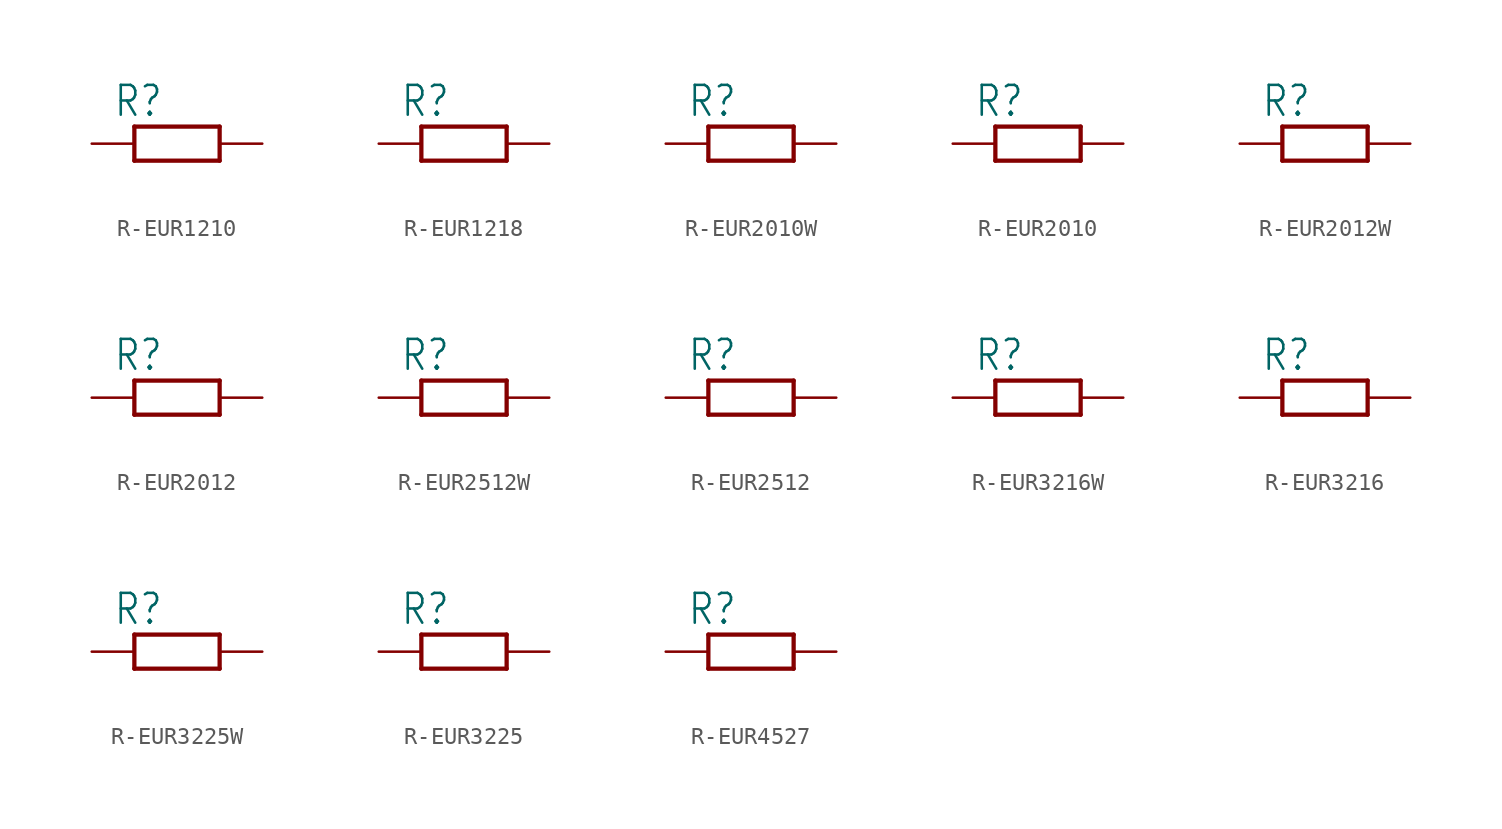
<source format=kicad_sym>
(kicad_symbol_lib
  (version 20220914)
  (generator kicad_symbol_editor)
  (symbol "R-EUR1210"
    (property "Reference" "R"
      (at -3.81 1.499 0)
      (effects (font (size 1.778 1.511)) (justify left bottom)))
    (property "Value" ""
      (at -3.81 -3.302 0)
      (effects (font (size 1.778 1.511)) (justify left bottom)))
    (property "ki_locked" ""
      (at 0 0 0)
      (effects (font (size 1.27 1.27))))
    (symbol "R-EUR1210_1_0"
      (polyline (pts (xy -2.54 -1.016) (xy -2.54 1.016)) (stroke (width 0.254) (type solid)) (fill (type none)))
      (polyline (pts (xy -2.54 1.016) (xy 2.54 1.016)) (stroke (width 0.254) (type solid)) (fill (type none)))
      (polyline (pts (xy 2.54 -1.016) (xy -2.54 -1.016)) (stroke (width 0.254) (type solid)) (fill (type none)))
      (polyline (pts (xy 2.54 1.016) (xy 2.54 -1.016)) (stroke (width 0.254) (type solid)) (fill (type none)))
      (pin passive line (at -5.08 0 0) (length 2.54) (name "1" (effects (font (size 0 0)))) (number "1" (effects (font (size 0 0)))))
      (pin passive line (at 5.08 0 180) (length 2.54) (name "2" (effects (font (size 0 0)))) (number "2" (effects (font (size 0 0)))))))
  (symbol "R-EUR1218"
    (property "Reference" "R"
      (at -3.81 1.499 0)
      (effects (font (size 1.778 1.511)) (justify left bottom)))
    (property "Value" ""
      (at -3.81 -3.302 0)
      (effects (font (size 1.778 1.511)) (justify left bottom)))
    (property "ki_locked" ""
      (at 0 0 0)
      (effects (font (size 1.27 1.27))))
    (symbol "R-EUR1218_1_0"
      (polyline (pts (xy -2.54 -1.016) (xy -2.54 1.016)) (stroke (width 0.254) (type solid)) (fill (type none)))
      (polyline (pts (xy -2.54 1.016) (xy 2.54 1.016)) (stroke (width 0.254) (type solid)) (fill (type none)))
      (polyline (pts (xy 2.54 -1.016) (xy -2.54 -1.016)) (stroke (width 0.254) (type solid)) (fill (type none)))
      (polyline (pts (xy 2.54 1.016) (xy 2.54 -1.016)) (stroke (width 0.254) (type solid)) (fill (type none)))
      (pin passive line (at -5.08 0 0) (length 2.54) (name "1" (effects (font (size 0 0)))) (number "1" (effects (font (size 0 0)))))
      (pin passive line (at 5.08 0 180) (length 2.54) (name "2" (effects (font (size 0 0)))) (number "2" (effects (font (size 0 0)))))))
  (symbol "R-EUR2010W"
    (property "Reference" "R"
      (at -3.81 1.499 0)
      (effects (font (size 1.778 1.511)) (justify left bottom)))
    (property "Value" ""
      (at -3.81 -3.302 0)
      (effects (font (size 1.778 1.511)) (justify left bottom)))
    (property "ki_locked" ""
      (at 0 0 0)
      (effects (font (size 1.27 1.27))))
    (symbol "R-EUR2010W_1_0"
      (polyline (pts (xy -2.54 -1.016) (xy -2.54 1.016)) (stroke (width 0.254) (type solid)) (fill (type none)))
      (polyline (pts (xy -2.54 1.016) (xy 2.54 1.016)) (stroke (width 0.254) (type solid)) (fill (type none)))
      (polyline (pts (xy 2.54 -1.016) (xy -2.54 -1.016)) (stroke (width 0.254) (type solid)) (fill (type none)))
      (polyline (pts (xy 2.54 1.016) (xy 2.54 -1.016)) (stroke (width 0.254) (type solid)) (fill (type none)))
      (pin passive line (at -5.08 0 0) (length 2.54) (name "1" (effects (font (size 0 0)))) (number "1" (effects (font (size 0 0)))))
      (pin passive line (at 5.08 0 180) (length 2.54) (name "2" (effects (font (size 0 0)))) (number "2" (effects (font (size 0 0)))))))
  (symbol "R-EUR2010"
    (property "Reference" "R"
      (at -3.81 1.499 0)
      (effects (font (size 1.778 1.511)) (justify left bottom)))
    (property "Value" ""
      (at -3.81 -3.302 0)
      (effects (font (size 1.778 1.511)) (justify left bottom)))
    (property "ki_locked" ""
      (at 0 0 0)
      (effects (font (size 1.27 1.27))))
    (symbol "R-EUR2010_1_0"
      (polyline (pts (xy -2.54 -1.016) (xy -2.54 1.016)) (stroke (width 0.254) (type solid)) (fill (type none)))
      (polyline (pts (xy -2.54 1.016) (xy 2.54 1.016)) (stroke (width 0.254) (type solid)) (fill (type none)))
      (polyline (pts (xy 2.54 -1.016) (xy -2.54 -1.016)) (stroke (width 0.254) (type solid)) (fill (type none)))
      (polyline (pts (xy 2.54 1.016) (xy 2.54 -1.016)) (stroke (width 0.254) (type solid)) (fill (type none)))
      (pin passive line (at -5.08 0 0) (length 2.54) (name "1" (effects (font (size 0 0)))) (number "1" (effects (font (size 0 0)))))
      (pin passive line (at 5.08 0 180) (length 2.54) (name "2" (effects (font (size 0 0)))) (number "2" (effects (font (size 0 0)))))))
  (symbol "R-EUR2012W"
    (property "Reference" "R"
      (at -3.81 1.499 0)
      (effects (font (size 1.778 1.511)) (justify left bottom)))
    (property "Value" ""
      (at -3.81 -3.302 0)
      (effects (font (size 1.778 1.511)) (justify left bottom)))
    (property "ki_locked" ""
      (at 0 0 0)
      (effects (font (size 1.27 1.27))))
    (symbol "R-EUR2012W_1_0"
      (polyline (pts (xy -2.54 -1.016) (xy -2.54 1.016)) (stroke (width 0.254) (type solid)) (fill (type none)))
      (polyline (pts (xy -2.54 1.016) (xy 2.54 1.016)) (stroke (width 0.254) (type solid)) (fill (type none)))
      (polyline (pts (xy 2.54 -1.016) (xy -2.54 -1.016)) (stroke (width 0.254) (type solid)) (fill (type none)))
      (polyline (pts (xy 2.54 1.016) (xy 2.54 -1.016)) (stroke (width 0.254) (type solid)) (fill (type none)))
      (pin passive line (at -5.08 0 0) (length 2.54) (name "1" (effects (font (size 0 0)))) (number "1" (effects (font (size 0 0)))))
      (pin passive line (at 5.08 0 180) (length 2.54) (name "2" (effects (font (size 0 0)))) (number "2" (effects (font (size 0 0)))))))
  (symbol "R-EUR2012"
    (property "Reference" "R"
      (at -3.81 1.499 0)
      (effects (font (size 1.778 1.511)) (justify left bottom)))
    (property "Value" ""
      (at -3.81 -3.302 0)
      (effects (font (size 1.778 1.511)) (justify left bottom)))
    (property "ki_locked" ""
      (at 0 0 0)
      (effects (font (size 1.27 1.27))))
    (symbol "R-EUR2012_1_0"
      (polyline (pts (xy -2.54 -1.016) (xy -2.54 1.016)) (stroke (width 0.254) (type solid)) (fill (type none)))
      (polyline (pts (xy -2.54 1.016) (xy 2.54 1.016)) (stroke (width 0.254) (type solid)) (fill (type none)))
      (polyline (pts (xy 2.54 -1.016) (xy -2.54 -1.016)) (stroke (width 0.254) (type solid)) (fill (type none)))
      (polyline (pts (xy 2.54 1.016) (xy 2.54 -1.016)) (stroke (width 0.254) (type solid)) (fill (type none)))
      (pin passive line (at -5.08 0 0) (length 2.54) (name "1" (effects (font (size 0 0)))) (number "1" (effects (font (size 0 0)))))
      (pin passive line (at 5.08 0 180) (length 2.54) (name "2" (effects (font (size 0 0)))) (number "2" (effects (font (size 0 0)))))))
  (symbol "R-EUR2512W"
    (property "Reference" "R"
      (at -3.81 1.499 0)
      (effects (font (size 1.778 1.511)) (justify left bottom)))
    (property "Value" ""
      (at -3.81 -3.302 0)
      (effects (font (size 1.778 1.511)) (justify left bottom)))
    (property "ki_locked" ""
      (at 0 0 0)
      (effects (font (size 1.27 1.27))))
    (symbol "R-EUR2512W_1_0"
      (polyline (pts (xy -2.54 -1.016) (xy -2.54 1.016)) (stroke (width 0.254) (type solid)) (fill (type none)))
      (polyline (pts (xy -2.54 1.016) (xy 2.54 1.016)) (stroke (width 0.254) (type solid)) (fill (type none)))
      (polyline (pts (xy 2.54 -1.016) (xy -2.54 -1.016)) (stroke (width 0.254) (type solid)) (fill (type none)))
      (polyline (pts (xy 2.54 1.016) (xy 2.54 -1.016)) (stroke (width 0.254) (type solid)) (fill (type none)))
      (pin passive line (at -5.08 0 0) (length 2.54) (name "1" (effects (font (size 0 0)))) (number "1" (effects (font (size 0 0)))))
      (pin passive line (at 5.08 0 180) (length 2.54) (name "2" (effects (font (size 0 0)))) (number "2" (effects (font (size 0 0)))))))
  (symbol "R-EUR2512"
    (property "Reference" "R"
      (at -3.81 1.499 0)
      (effects (font (size 1.778 1.511)) (justify left bottom)))
    (property "Value" ""
      (at -3.81 -3.302 0)
      (effects (font (size 1.778 1.511)) (justify left bottom)))
    (property "ki_locked" ""
      (at 0 0 0)
      (effects (font (size 1.27 1.27))))
    (symbol "R-EUR2512_1_0"
      (polyline (pts (xy -2.54 -1.016) (xy -2.54 1.016)) (stroke (width 0.254) (type solid)) (fill (type none)))
      (polyline (pts (xy -2.54 1.016) (xy 2.54 1.016)) (stroke (width 0.254) (type solid)) (fill (type none)))
      (polyline (pts (xy 2.54 -1.016) (xy -2.54 -1.016)) (stroke (width 0.254) (type solid)) (fill (type none)))
      (polyline (pts (xy 2.54 1.016) (xy 2.54 -1.016)) (stroke (width 0.254) (type solid)) (fill (type none)))
      (pin passive line (at -5.08 0 0) (length 2.54) (name "1" (effects (font (size 0 0)))) (number "1" (effects (font (size 0 0)))))
      (pin passive line (at 5.08 0 180) (length 2.54) (name "2" (effects (font (size 0 0)))) (number "2" (effects (font (size 0 0)))))))
  (symbol "R-EUR3216W"
    (property "Reference" "R"
      (at -3.81 1.499 0)
      (effects (font (size 1.778 1.511)) (justify left bottom)))
    (property "Value" ""
      (at -3.81 -3.302 0)
      (effects (font (size 1.778 1.511)) (justify left bottom)))
    (property "ki_locked" ""
      (at 0 0 0)
      (effects (font (size 1.27 1.27))))
    (symbol "R-EUR3216W_1_0"
      (polyline (pts (xy -2.54 -1.016) (xy -2.54 1.016)) (stroke (width 0.254) (type solid)) (fill (type none)))
      (polyline (pts (xy -2.54 1.016) (xy 2.54 1.016)) (stroke (width 0.254) (type solid)) (fill (type none)))
      (polyline (pts (xy 2.54 -1.016) (xy -2.54 -1.016)) (stroke (width 0.254) (type solid)) (fill (type none)))
      (polyline (pts (xy 2.54 1.016) (xy 2.54 -1.016)) (stroke (width 0.254) (type solid)) (fill (type none)))
      (pin passive line (at -5.08 0 0) (length 2.54) (name "1" (effects (font (size 0 0)))) (number "1" (effects (font (size 0 0)))))
      (pin passive line (at 5.08 0 180) (length 2.54) (name "2" (effects (font (size 0 0)))) (number "2" (effects (font (size 0 0)))))))
  (symbol "R-EUR3216"
    (property "Reference" "R"
      (at -3.81 1.499 0)
      (effects (font (size 1.778 1.511)) (justify left bottom)))
    (property "Value" ""
      (at -3.81 -3.302 0)
      (effects (font (size 1.778 1.511)) (justify left bottom)))
    (property "ki_locked" ""
      (at 0 0 0)
      (effects (font (size 1.27 1.27))))
    (symbol "R-EUR3216_1_0"
      (polyline (pts (xy -2.54 -1.016) (xy -2.54 1.016)) (stroke (width 0.254) (type solid)) (fill (type none)))
      (polyline (pts (xy -2.54 1.016) (xy 2.54 1.016)) (stroke (width 0.254) (type solid)) (fill (type none)))
      (polyline (pts (xy 2.54 -1.016) (xy -2.54 -1.016)) (stroke (width 0.254) (type solid)) (fill (type none)))
      (polyline (pts (xy 2.54 1.016) (xy 2.54 -1.016)) (stroke (width 0.254) (type solid)) (fill (type none)))
      (pin passive line (at -5.08 0 0) (length 2.54) (name "1" (effects (font (size 0 0)))) (number "1" (effects (font (size 0 0)))))
      (pin passive line (at 5.08 0 180) (length 2.54) (name "2" (effects (font (size 0 0)))) (number "2" (effects (font (size 0 0)))))))
  (symbol "R-EUR3225W"
    (property "Reference" "R"
      (at -3.81 1.499 0)
      (effects (font (size 1.778 1.511)) (justify left bottom)))
    (property "Value" ""
      (at -3.81 -3.302 0)
      (effects (font (size 1.778 1.511)) (justify left bottom)))
    (property "ki_locked" ""
      (at 0 0 0)
      (effects (font (size 1.27 1.27))))
    (symbol "R-EUR3225W_1_0"
      (polyline (pts (xy -2.54 -1.016) (xy -2.54 1.016)) (stroke (width 0.254) (type solid)) (fill (type none)))
      (polyline (pts (xy -2.54 1.016) (xy 2.54 1.016)) (stroke (width 0.254) (type solid)) (fill (type none)))
      (polyline (pts (xy 2.54 -1.016) (xy -2.54 -1.016)) (stroke (width 0.254) (type solid)) (fill (type none)))
      (polyline (pts (xy 2.54 1.016) (xy 2.54 -1.016)) (stroke (width 0.254) (type solid)) (fill (type none)))
      (pin passive line (at -5.08 0 0) (length 2.54) (name "1" (effects (font (size 0 0)))) (number "1" (effects (font (size 0 0)))))
      (pin passive line (at 5.08 0 180) (length 2.54) (name "2" (effects (font (size 0 0)))) (number "2" (effects (font (size 0 0)))))))
  (symbol "R-EUR3225"
    (property "Reference" "R"
      (at -3.81 1.499 0)
      (effects (font (size 1.778 1.511)) (justify left bottom)))
    (property "Value" ""
      (at -3.81 -3.302 0)
      (effects (font (size 1.778 1.511)) (justify left bottom)))
    (property "ki_locked" ""
      (at 0 0 0)
      (effects (font (size 1.27 1.27))))
    (symbol "R-EUR3225_1_0"
      (polyline (pts (xy -2.54 -1.016) (xy -2.54 1.016)) (stroke (width 0.254) (type solid)) (fill (type none)))
      (polyline (pts (xy -2.54 1.016) (xy 2.54 1.016)) (stroke (width 0.254) (type solid)) (fill (type none)))
      (polyline (pts (xy 2.54 -1.016) (xy -2.54 -1.016)) (stroke (width 0.254) (type solid)) (fill (type none)))
      (polyline (pts (xy 2.54 1.016) (xy 2.54 -1.016)) (stroke (width 0.254) (type solid)) (fill (type none)))
      (pin passive line (at -5.08 0 0) (length 2.54) (name "1" (effects (font (size 0 0)))) (number "1" (effects (font (size 0 0)))))
      (pin passive line (at 5.08 0 180) (length 2.54) (name "2" (effects (font (size 0 0)))) (number "2" (effects (font (size 0 0)))))))
  (symbol "R-EUR4527"
    (property "Reference" "R"
      (at -3.81 1.499 0)
      (effects (font (size 1.778 1.511)) (justify left bottom)))
    (property "Value" ""
      (at -3.81 -3.302 0)
      (effects (font (size 1.778 1.511)) (justify left bottom)))
    (property "ki_locked" ""
      (at 0 0 0)
      (effects (font (size 1.27 1.27))))
    (symbol "R-EUR4527_1_0"
      (polyline (pts (xy -2.54 -1.016) (xy -2.54 1.016)) (stroke (width 0.254) (type solid)) (fill (type none)))
      (polyline (pts (xy -2.54 1.016) (xy 2.54 1.016)) (stroke (width 0.254) (type solid)) (fill (type none)))
      (polyline (pts (xy 2.54 -1.016) (xy -2.54 -1.016)) (stroke (width 0.254) (type solid)) (fill (type none)))
      (polyline (pts (xy 2.54 1.016) (xy 2.54 -1.016)) (stroke (width 0.254) (type solid)) (fill (type none)))
      (pin passive line (at -5.08 0 0) (length 2.54) (name "1" (effects (font (size 0 0)))) (number "1" (effects (font (size 0 0)))))
      (pin passive line (at 5.08 0 180) (length 2.54) (name "2" (effects (font (size 0 0)))) (number "2" (effects (font (size 0 0))))))))
</source>
